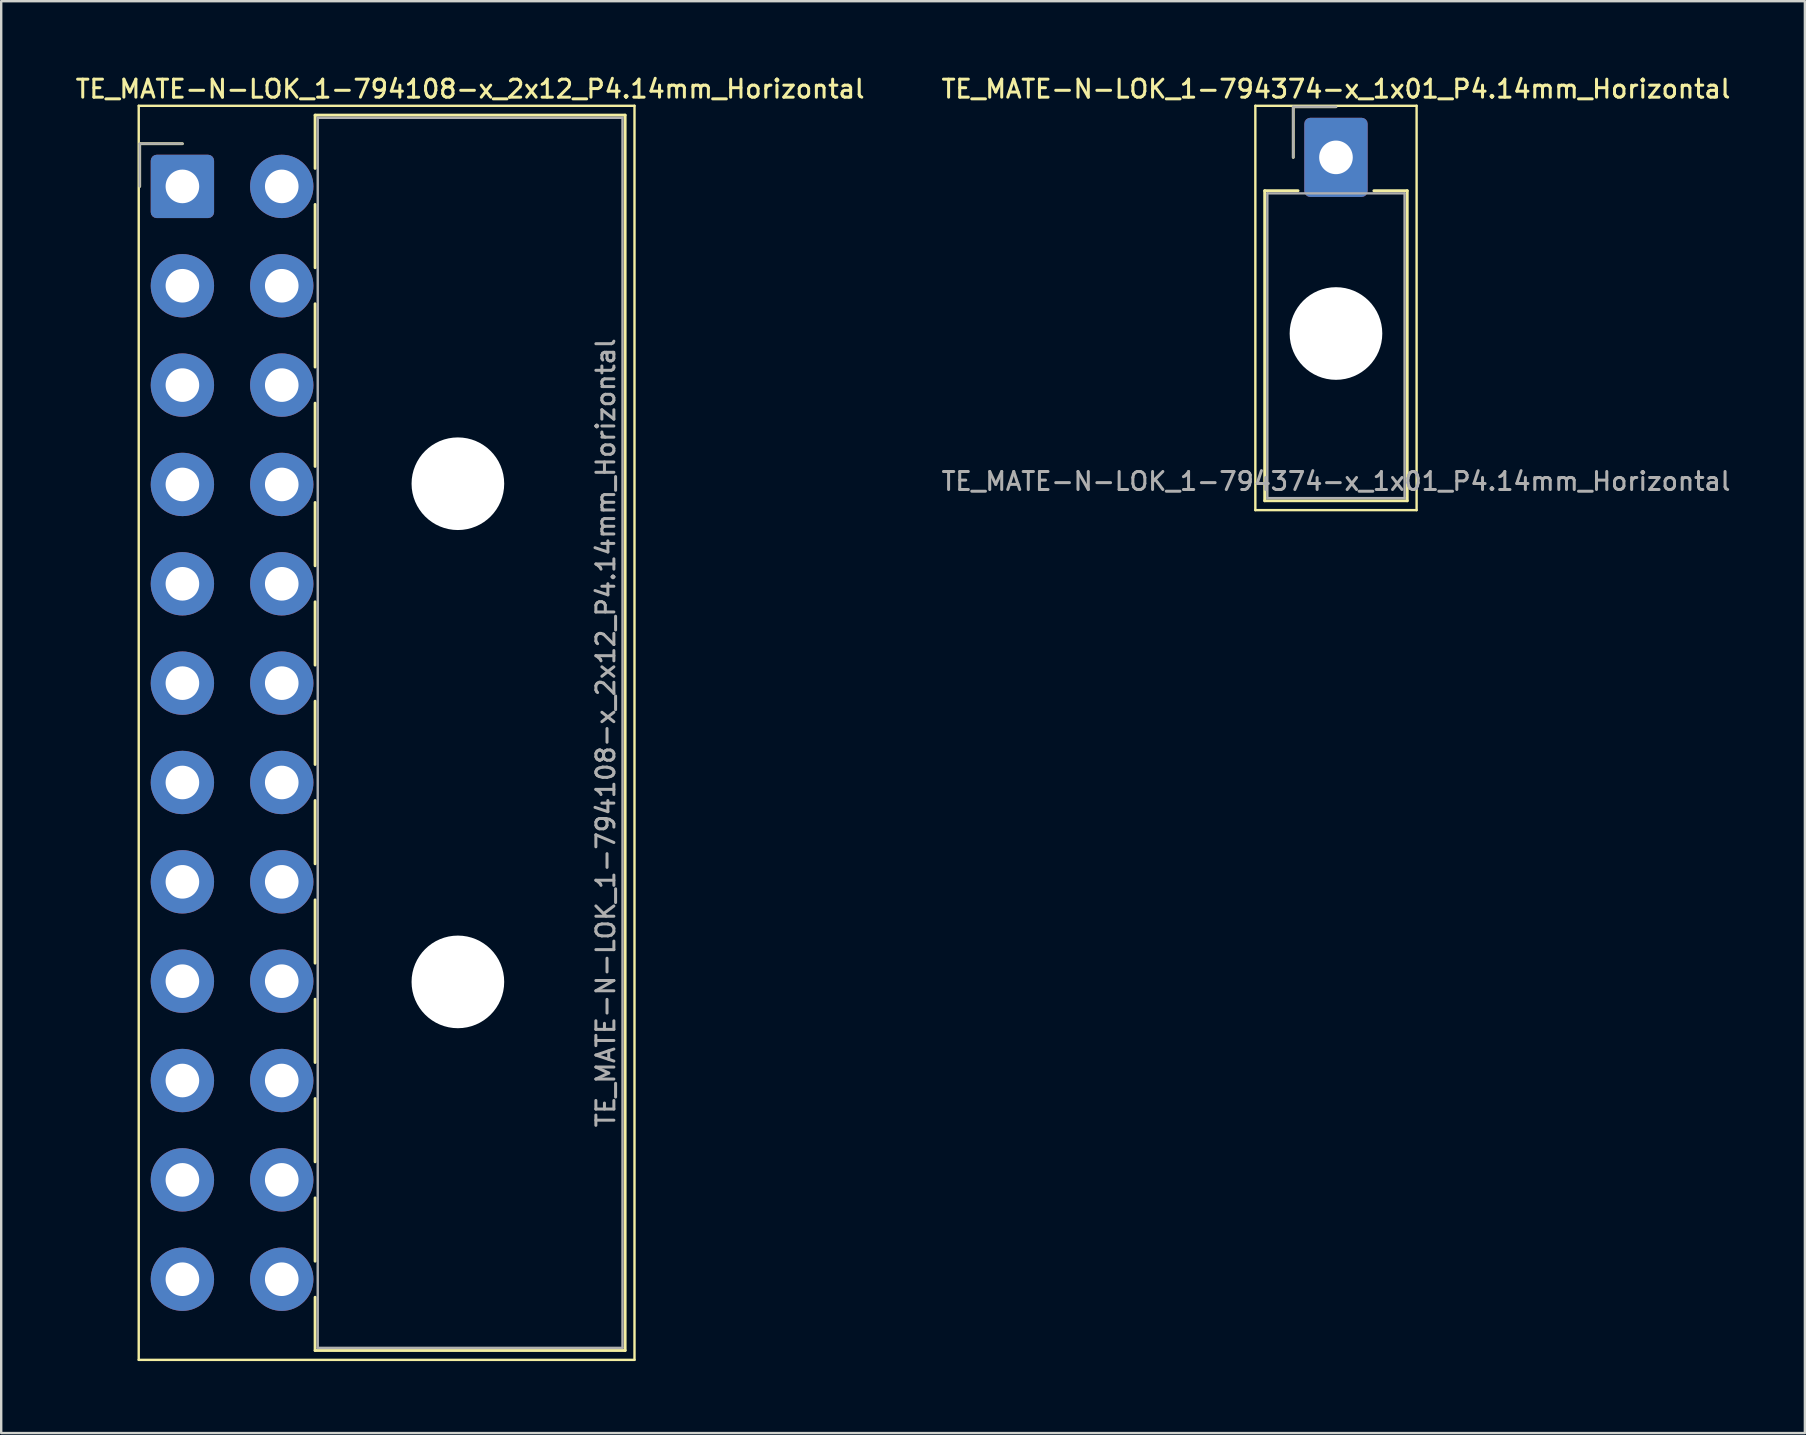
<source format=kicad_pcb>
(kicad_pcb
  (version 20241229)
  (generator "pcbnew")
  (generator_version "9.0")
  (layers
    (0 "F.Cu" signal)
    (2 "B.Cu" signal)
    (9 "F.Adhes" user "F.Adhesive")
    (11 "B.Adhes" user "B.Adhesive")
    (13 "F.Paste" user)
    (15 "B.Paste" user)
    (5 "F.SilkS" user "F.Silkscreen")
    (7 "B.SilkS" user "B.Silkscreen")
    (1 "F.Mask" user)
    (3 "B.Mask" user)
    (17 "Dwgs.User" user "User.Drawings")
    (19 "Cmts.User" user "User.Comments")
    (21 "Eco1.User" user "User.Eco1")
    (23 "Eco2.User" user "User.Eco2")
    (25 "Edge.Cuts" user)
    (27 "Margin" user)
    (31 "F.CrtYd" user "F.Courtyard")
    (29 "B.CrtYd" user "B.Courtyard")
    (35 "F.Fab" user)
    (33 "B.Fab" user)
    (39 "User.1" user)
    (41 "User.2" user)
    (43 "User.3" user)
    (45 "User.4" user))
  (footprint "TE_MATE-N-LOK_1-794374-x_1x01_P4.14mm_Horizontal"
    (layer "F.Cu")
    (at 52.623 3.508)
    (property "Reference" "TE_MATE-N-LOK_1-794374-x_1x01_P4.14mm_Horizontal" (at 0 -2.85 0) (layer "F.SilkS") (effects (font (size 0.75 0.75) (thickness 0.125))))
    (attr through_hole)
    (fp_line (start -3.36 -2.15) (end -3.36 14.7) (stroke (width 0.1) (type solid)) (layer "F.SilkS"))
    (fp_line (start -3.36 14.7) (end 3.36 14.7) (stroke (width 0.1) (type solid)) (layer "F.SilkS"))
    (fp_line (start -2.97 1.39) (end -2.97 14.31) (stroke (width 0.12) (type solid)) (layer "F.SilkS"))
    (fp_line (start -2.97 14.31) (end 2.97 14.31) (stroke (width 0.12) (type solid)) (layer "F.SilkS"))
    (fp_line (start -1.78 -2.11) (end -1.78 0) (stroke (width 0.12) (type solid)) (layer "F.SilkS"))
    (fp_line (start -1.58 1.39) (end -2.97 1.39) (stroke (width 0.12) (type solid)) (layer "F.SilkS"))
    (fp_line (start 0 -2.11) (end -1.78 -2.11) (stroke (width 0.12) (type solid)) (layer "F.SilkS"))
    (fp_line (start 2.97 1.39) (end 1.58 1.39) (stroke (width 0.12) (type solid)) (layer "F.SilkS"))
    (fp_line (start 2.97 14.31) (end 2.97 1.39) (stroke (width 0.12) (type solid)) (layer "F.SilkS"))
    (fp_line (start 3.36 -2.15) (end -3.36 -2.15) (stroke (width 0.1) (type solid)) (layer "F.SilkS"))
    (fp_line (start 3.36 14.7) (end 3.36 -2.15) (stroke (width 0.1) (type solid)) (layer "F.SilkS"))
    (fp_line (start -2.86 1.5) (end -2.86 14.2) (stroke (width 0.1) (type solid)) (layer "F.Fab"))
    (fp_line (start -2.86 14.2) (end 2.86 14.2) (stroke (width 0.1) (type solid)) (layer "F.Fab"))
    (fp_line (start -1.78 -2.11) (end -1.78 0) (stroke (width 0.1) (type solid)) (layer "F.Fab"))
    (fp_line (start 0 -2.11) (end -1.78 -2.11) (stroke (width 0.1) (type solid)) (layer "F.Fab"))
    (fp_line (start 2.86 1.5) (end -2.86 1.5) (stroke (width 0.1) (type solid)) (layer "F.Fab"))
    (fp_line (start 2.86 14.2) (end 2.86 1.5) (stroke (width 0.1) (type solid)) (layer "F.Fab"))
    (fp_text user "${REFERENCE}" (at 0 13.5 0) (layer "F.Fab") (effects (font (size 0.75 0.75) (thickness 0.125))))
    (pad "" np_thru_hole circle (at 0 7.34) (size 3.86 3.86) (drill 3.86) (layers "*.Cu" "*.Mask"))
    (pad "1" thru_hole roundrect (at 0 0) (size 2.64 3.3) (drill 1.4) (layers "*.Cu" "*.Mask") (roundrect_rratio 0.095)))
  (footprint "TE_MATE-N-LOK_1-794108-x_2x12_P4.14mm_Horizontal"
    (layer "F.Cu")
    (at 4.551 4.718)
    (property "Reference" "TE_MATE-N-LOK_1-794108-x_2x12_P4.14mm_Horizontal" (at 11.99 -4.06 0) (layer "F.SilkS") (effects (font (size 0.75 0.75) (thickness 0.125))))
    (attr through_hole)
    (fp_line (start -1.82 -3.36) (end -1.82 48.9) (stroke (width 0.1) (type solid)) (layer "F.SilkS"))
    (fp_line (start -1.82 48.9) (end 18.84 48.9) (stroke (width 0.1) (type solid)) (layer "F.SilkS"))
    (fp_line (start -1.78 -1.78) (end -1.78 0) (stroke (width 0.12) (type solid)) (layer "F.SilkS"))
    (fp_line (start 0 -1.78) (end -1.78 -1.78) (stroke (width 0.12) (type solid)) (layer "F.SilkS"))
    (fp_line (start 5.53 -2.97) (end 18.45 -2.97) (stroke (width 0.12) (type solid)) (layer "F.SilkS"))
    (fp_line (start 5.53 -0.751) (end 5.53 -2.97) (stroke (width 0.12) (type solid)) (layer "F.SilkS"))
    (fp_line (start 5.53 0.751) (end 5.53 3.389) (stroke (width 0.12) (type solid)) (layer "F.SilkS"))
    (fp_line (start 5.53 4.891) (end 5.53 7.529) (stroke (width 0.12) (type solid)) (layer "F.SilkS"))
    (fp_line (start 5.53 9.031) (end 5.53 11.669) (stroke (width 0.12) (type solid)) (layer "F.SilkS"))
    (fp_line (start 5.53 13.171) (end 5.53 15.809) (stroke (width 0.12) (type solid)) (layer "F.SilkS"))
    (fp_line (start 5.53 17.311) (end 5.53 19.949) (stroke (width 0.12) (type solid)) (layer "F.SilkS"))
    (fp_line (start 5.53 21.451) (end 5.53 24.089) (stroke (width 0.12) (type solid)) (layer "F.SilkS"))
    (fp_line (start 5.53 25.591) (end 5.53 28.229) (stroke (width 0.12) (type solid)) (layer "F.SilkS"))
    (fp_line (start 5.53 29.731) (end 5.53 32.369) (stroke (width 0.12) (type solid)) (layer "F.SilkS"))
    (fp_line (start 5.53 33.871) (end 5.53 36.509) (stroke (width 0.12) (type solid)) (layer "F.SilkS"))
    (fp_line (start 5.53 38.011) (end 5.53 40.649) (stroke (width 0.12) (type solid)) (layer "F.SilkS"))
    (fp_line (start 5.53 42.151) (end 5.53 44.789) (stroke (width 0.12) (type solid)) (layer "F.SilkS"))
    (fp_line (start 5.53 48.51) (end 5.53 46.291) (stroke (width 0.12) (type solid)) (layer "F.SilkS"))
    (fp_line (start 18.45 -2.97) (end 18.45 48.51) (stroke (width 0.12) (type solid)) (layer "F.SilkS"))
    (fp_line (start 18.45 48.51) (end 5.53 48.51) (stroke (width 0.12) (type solid)) (layer "F.SilkS"))
    (fp_line (start 18.84 -3.36) (end -1.82 -3.36) (stroke (width 0.1) (type solid)) (layer "F.SilkS"))
    (fp_line (start 18.84 48.9) (end 18.84 -3.36) (stroke (width 0.1) (type solid)) (layer "F.SilkS"))
    (fp_line (start -1.78 -1.78) (end -1.78 0) (stroke (width 0.1) (type solid)) (layer "F.Fab"))
    (fp_line (start 0 -1.78) (end -1.78 -1.78) (stroke (width 0.1) (type solid)) (layer "F.Fab"))
    (fp_line (start 5.64 -2.86) (end 5.64 48.4) (stroke (width 0.1) (type solid)) (layer "F.Fab"))
    (fp_line (start 5.64 48.4) (end 18.34 48.4) (stroke (width 0.1) (type solid)) (layer "F.Fab"))
    (fp_line (start 18.34 -2.86) (end 5.64 -2.86) (stroke (width 0.1) (type solid)) (layer "F.Fab"))
    (fp_line (start 18.34 48.4) (end 18.34 -2.86) (stroke (width 0.1) (type solid)) (layer "F.Fab"))
    (fp_text user "${REFERENCE}" (at 17.64 22.77 90) (layer "F.Fab") (effects (font (size 0.75 0.75) (thickness 0.125))))
    (pad "" np_thru_hole circle (at 11.48 12.39) (size 3.86 3.86) (drill 3.86) (layers "*.Cu" "*.Mask"))
    (pad "" np_thru_hole circle (at 11.48 33.15) (size 3.86 3.86) (drill 3.86) (layers "*.Cu" "*.Mask"))
    (pad "1" thru_hole roundrect (at 0 0) (size 2.64 2.64) (drill 1.4) (layers "*.Cu" "*.Mask") (roundrect_rratio 0.095))
    (pad "2" thru_hole circle (at 0 4.14) (size 2.64 2.64) (drill 1.4) (layers "*.Cu" "*.Mask"))
    (pad "3" thru_hole circle (at 0 8.28) (size 2.64 2.64) (drill 1.4) (layers "*.Cu" "*.Mask"))
    (pad "4" thru_hole circle (at 0 12.42) (size 2.64 2.64) (drill 1.4) (layers "*.Cu" "*.Mask"))
    (pad "5" thru_hole circle (at 0 16.56) (size 2.64 2.64) (drill 1.4) (layers "*.Cu" "*.Mask"))
    (pad "6" thru_hole circle (at 0 20.7) (size 2.64 2.64) (drill 1.4) (layers "*.Cu" "*.Mask"))
    (pad "7" thru_hole circle (at 0 24.84) (size 2.64 2.64) (drill 1.4) (layers "*.Cu" "*.Mask"))
    (pad "8" thru_hole circle (at 0 28.98) (size 2.64 2.64) (drill 1.4) (layers "*.Cu" "*.Mask"))
    (pad "9" thru_hole circle (at 0 33.12) (size 2.64 2.64) (drill 1.4) (layers "*.Cu" "*.Mask"))
    (pad "10" thru_hole circle (at 0 37.26) (size 2.64 2.64) (drill 1.4) (layers "*.Cu" "*.Mask"))
    (pad "11" thru_hole circle (at 0 41.4) (size 2.64 2.64) (drill 1.4) (layers "*.Cu" "*.Mask"))
    (pad "12" thru_hole circle (at 0 45.54) (size 2.64 2.64) (drill 1.4) (layers "*.Cu" "*.Mask"))
    (pad "13" thru_hole circle (at 4.14 0) (size 2.64 2.64) (drill 1.4) (layers "*.Cu" "*.Mask"))
    (pad "14" thru_hole circle (at 4.14 4.14) (size 2.64 2.64) (drill 1.4) (layers "*.Cu" "*.Mask"))
    (pad "15" thru_hole circle (at 4.14 8.28) (size 2.64 2.64) (drill 1.4) (layers "*.Cu" "*.Mask"))
    (pad "16" thru_hole circle (at 4.14 12.42) (size 2.64 2.64) (drill 1.4) (layers "*.Cu" "*.Mask"))
    (pad "17" thru_hole circle (at 4.14 16.56) (size 2.64 2.64) (drill 1.4) (layers "*.Cu" "*.Mask"))
    (pad "18" thru_hole circle (at 4.14 20.7) (size 2.64 2.64) (drill 1.4) (layers "*.Cu" "*.Mask"))
    (pad "19" thru_hole circle (at 4.14 24.84) (size 2.64 2.64) (drill 1.4) (layers "*.Cu" "*.Mask"))
    (pad "20" thru_hole circle (at 4.14 28.98) (size 2.64 2.64) (drill 1.4) (layers "*.Cu" "*.Mask"))
    (pad "21" thru_hole circle (at 4.14 33.12) (size 2.64 2.64) (drill 1.4) (layers "*.Cu" "*.Mask"))
    (pad "22" thru_hole circle (at 4.14 37.26) (size 2.64 2.64) (drill 1.4) (layers "*.Cu" "*.Mask"))
    (pad "23" thru_hole circle (at 4.14 41.4) (size 2.64 2.64) (drill 1.4) (layers "*.Cu" "*.Mask"))
    (pad "24" thru_hole circle (at 4.14 45.54) (size 2.64 2.64) (drill 1.4) (layers "*.Cu" "*.Mask")))
  (gr_rect
    (start -3 -3)
    (end 72.164 56.668)
    (stroke (width 0.1) (type default))
    (fill no)
    (layer "Edge.Cuts")))
</source>
